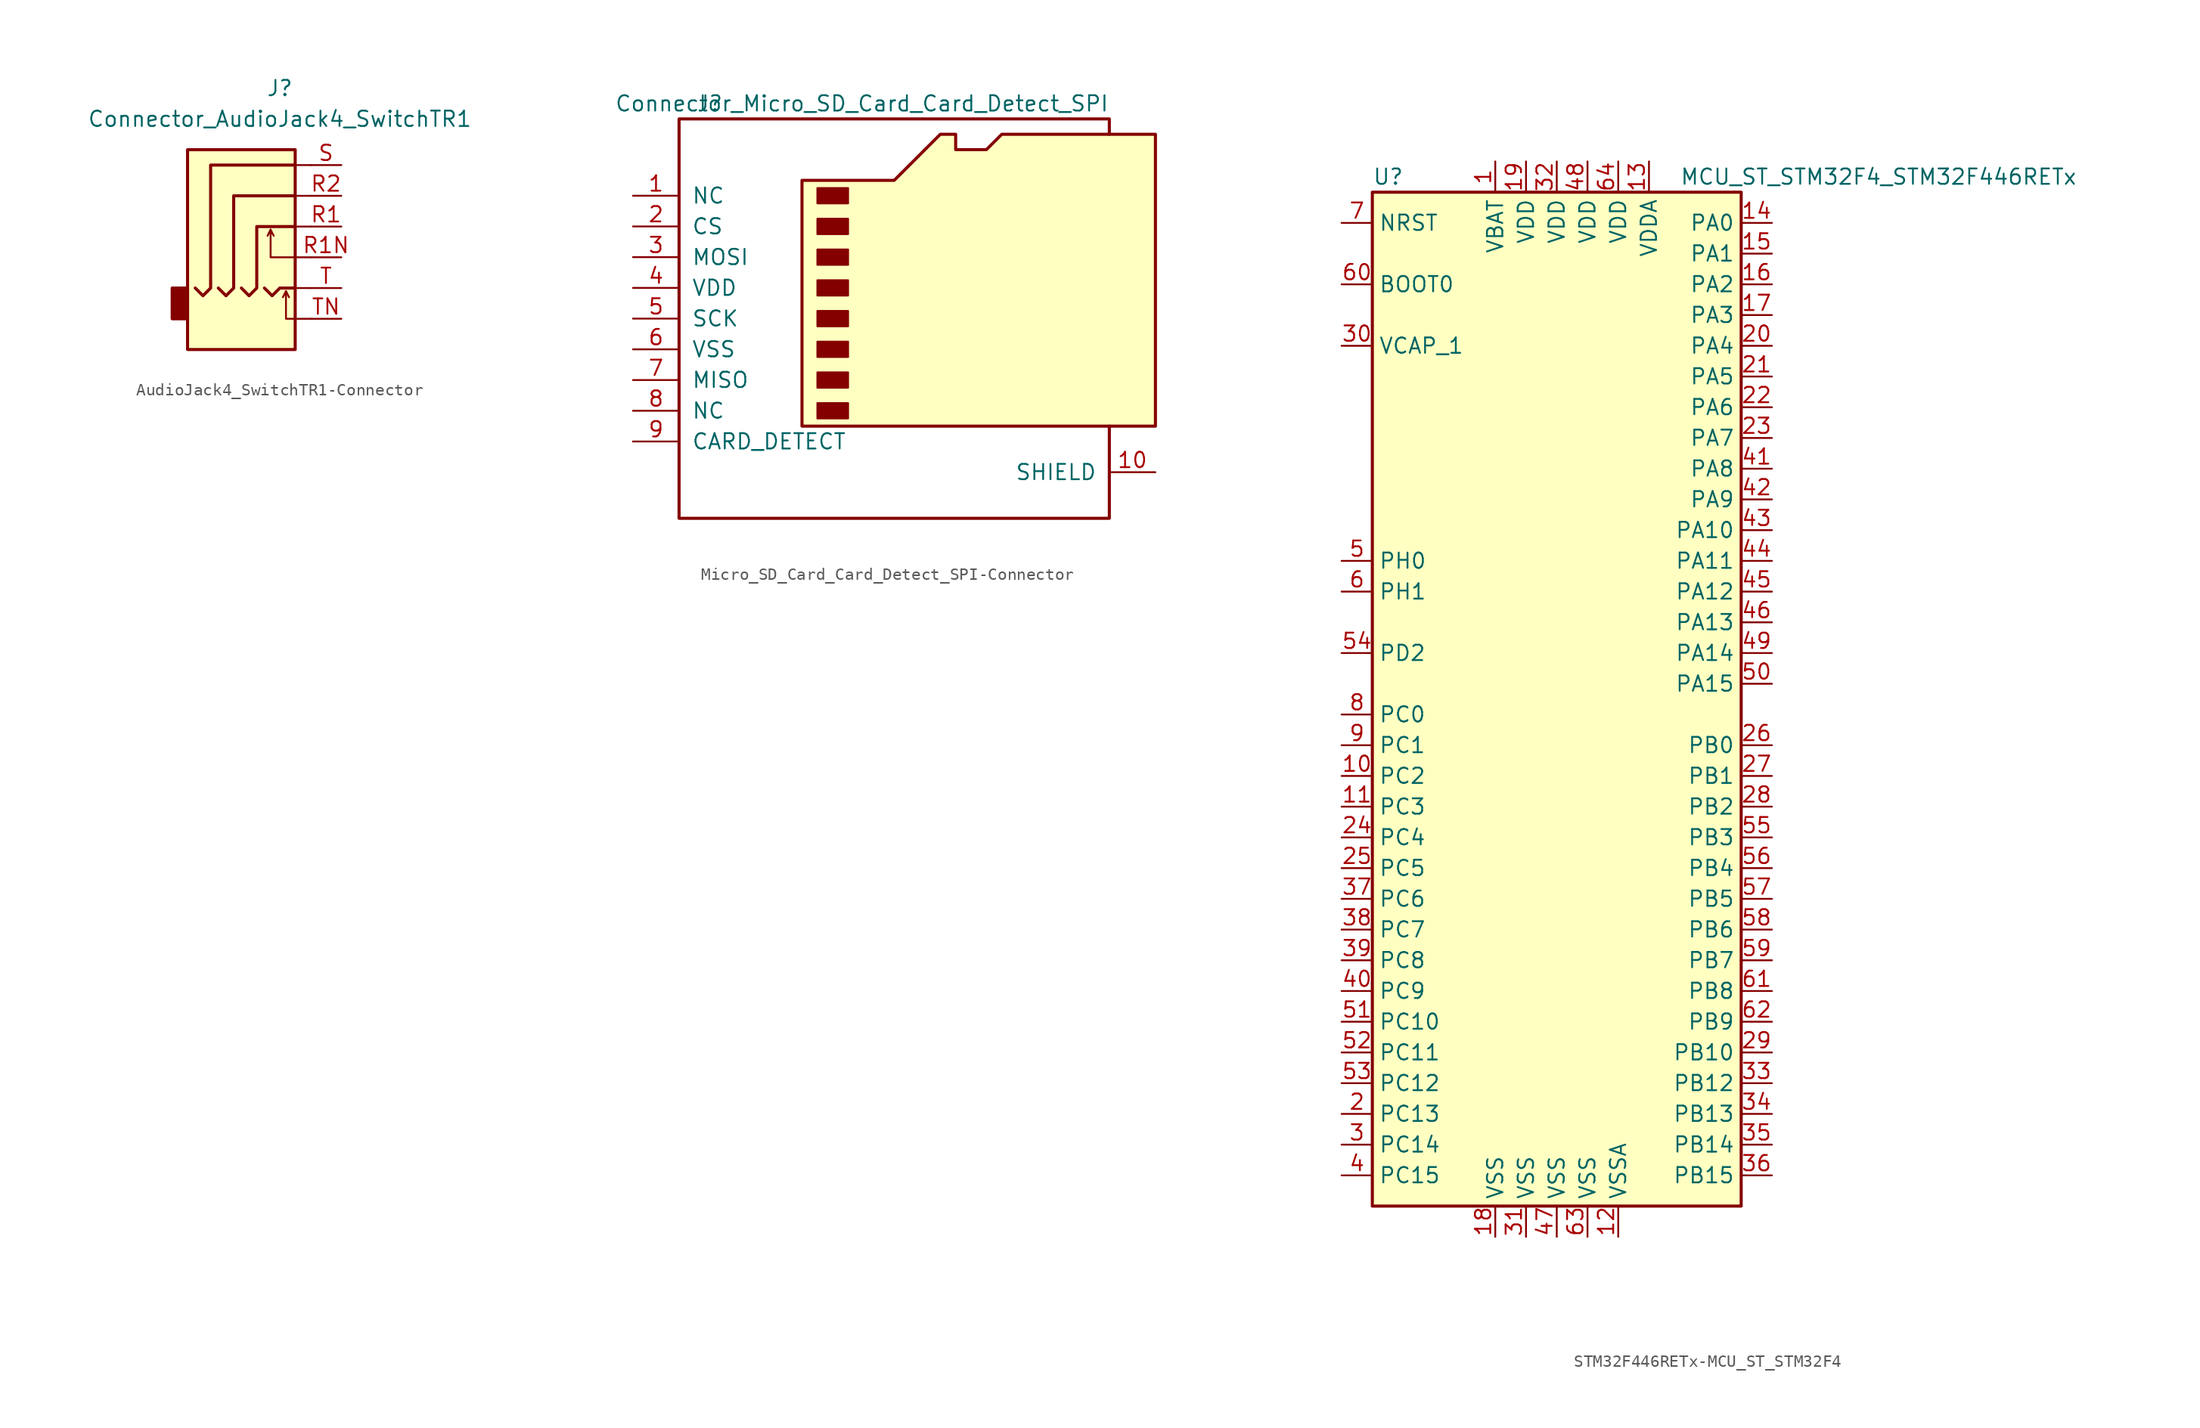
<source format=kicad_sym>
(kicad_symbol_lib
  (version 20231120)
  (generator "kicad_symbol_editor")
  (generator_version "8.0")
  (symbol "AudioJack4_SwitchTR1-Connector"
    (property "Reference" "J"
      (at 0 11.43 0)
      (effects (font (size 1.27 1.27))))
    (property "Value" "Connector_AudioJack4_SwitchTR1"
      (at 0 8.89 0)
      (effects (font (size 1.27 1.27))))
    (symbol "AudioJack4_SwitchTR1-Connector_0_1"
      (rectangle (start -7.62 -5.08) (end -8.89 -7.62) (stroke (width 0.254) (type solid)) (fill (type outline)))
      (polyline (pts (xy 1.27 -5.08) (xy 2.54 -5.08)) (stroke (width 0) (type solid)) (fill (type none)))
      (polyline (pts (xy 1.27 2.54) (xy 2.54 2.54)) (stroke (width 0) (type solid)) (fill (type none)))
      (polyline (pts (xy 2.54 0) (xy 1.27 0)) (stroke (width 0) (type solid)) (fill (type none)))
      (polyline (pts (xy 2.54 5.08) (xy 1.27 5.08)) (stroke (width 0) (type solid)) (fill (type none)))
      (rectangle (start 1.27 6.35) (end -7.62 -10.16) (stroke (width 0.254) (type solid)) (fill (type background))))
    (symbol "AudioJack4_SwitchTR1-Connector_1_1"
      (polyline (pts (xy -0.762 -0.254) (xy -0.508 -0.762)) (stroke (width 0) (type solid)) (fill (type none)))
      (polyline (pts (xy 0.508 -5.334) (xy 0.762 -5.842)) (stroke (width 0) (type solid)) (fill (type none)))
      (polyline (pts (xy -1.27 -5.08) (xy -0.635 -5.715) (xy 0 -5.08) (xy 1.27 -5.08)) (stroke (width 0.254) (type solid)) (fill (type none)))
      (polyline (pts (xy 2.54 -7.62) (xy 0.508 -7.62) (xy 0.508 -5.334) (xy 0.254 -5.842)) (stroke (width 0) (type solid)) (fill (type none)))
      (polyline (pts (xy 2.54 -2.54) (xy -0.762 -2.54) (xy -0.762 -0.254) (xy -1.016 -0.762)) (stroke (width 0) (type solid)) (fill (type none)))
      (polyline (pts (xy -3.175 -5.08) (xy -2.54 -5.715) (xy -1.905 -5.08) (xy -1.905 0) (xy 1.27 0)) (stroke (width 0.254) (type solid)) (fill (type none)))
      (polyline (pts (xy 1.27 2.54) (xy -3.81 2.54) (xy -3.81 -5.08) (xy -4.445 -5.715) (xy -5.08 -5.08)) (stroke (width 0.254) (type solid)) (fill (type none)))
      (polyline (pts (xy 1.27 5.08) (xy -5.715 5.08) (xy -5.715 -5.08) (xy -6.35 -5.715) (xy -6.985 -5.08)) (stroke (width 0.254) (type solid)) (fill (type none)))
      (pin passive line (at 5.08 0 180) (length 2.54) (name "~" (effects (font (size 1.27 1.27)))) (number "R1" (effects (font (size 1.27 1.27)))))
      (pin passive line (at 5.08 -2.54 180) (length 2.54) (name "~" (effects (font (size 1.27 1.27)))) (number "R1N" (effects (font (size 1.27 1.27)))))
      (pin passive line (at 5.08 2.54 180) (length 2.54) (name "~" (effects (font (size 1.27 1.27)))) (number "R2" (effects (font (size 1.27 1.27)))))
      (pin passive line (at 5.08 5.08 180) (length 2.54) (name "~" (effects (font (size 1.27 1.27)))) (number "S" (effects (font (size 1.27 1.27)))))
      (pin passive line (at 5.08 -5.08 180) (length 2.54) (name "~" (effects (font (size 1.27 1.27)))) (number "T" (effects (font (size 1.27 1.27)))))
      (pin passive line (at 5.08 -7.62 180) (length 2.54) (name "~" (effects (font (size 1.27 1.27)))) (number "TN" (effects (font (size 1.27 1.27)))))))
  (symbol "Micro_SD_Card_Card_Detect_SPI-Connector"
    (pin_names
      (offset 1.016))
    (property "Reference" "J"
      (at -16.51 17.78 0)
      (effects (font (size 1.27 1.27))))
    (property "Value" "Connector_Micro_SD_Card_Card_Detect_SPI"
      (at 16.51 17.78 0)
      (effects (font (size 1.27 1.27)) (justify right)))
    (symbol "Micro_SD_Card_Card_Detect_SPI-Connector_0_1"
      (rectangle (start -7.62 -6.985) (end -5.08 -8.255) (stroke (width 0) (type solid)) (fill (type outline)))
      (rectangle (start -7.62 -4.445) (end -5.08 -5.715) (stroke (width 0) (type solid)) (fill (type outline)))
      (rectangle (start -7.62 -1.905) (end -5.08 -3.175) (stroke (width 0) (type solid)) (fill (type outline)))
      (rectangle (start -7.62 0.635) (end -5.08 -0.635) (stroke (width 0) (type solid)) (fill (type outline)))
      (rectangle (start -7.62 3.175) (end -5.08 1.905) (stroke (width 0) (type solid)) (fill (type outline)))
      (rectangle (start -7.62 5.715) (end -5.08 4.445) (stroke (width 0) (type solid)) (fill (type outline)))
      (rectangle (start -7.62 8.255) (end -5.08 6.985) (stroke (width 0) (type solid)) (fill (type outline)))
      (rectangle (start -7.62 10.795) (end -5.08 9.525) (stroke (width 0) (type solid)) (fill (type outline)))
      (polyline (pts (xy 16.51 15.24) (xy 16.51 16.51) (xy -19.05 16.51) (xy -19.05 -16.51) (xy 16.51 -16.51) (xy 16.51 -8.89)) (stroke (width 0.254) (type solid)) (fill (type none)))
      (polyline (pts (xy -8.89 -8.89) (xy -8.89 11.43) (xy -1.27 11.43) (xy 2.54 15.24) (xy 3.81 15.24) (xy 3.81 13.97) (xy 6.35 13.97) (xy 7.62 15.24) (xy 20.32 15.24) (xy 20.32 -8.89) (xy -8.89 -8.89)) (stroke (width 0.254) (type solid)) (fill (type background))))
    (symbol "Micro_SD_Card_Card_Detect_SPI-Connector_1_1"
      (pin bidirectional line (at -22.86 10.16 0) (length 3.81) (name "NC" (effects (font (size 1.27 1.27)))) (number "1" (effects (font (size 1.27 1.27)))))
      (pin passive line (at 20.32 -12.7 180) (length 3.81) (name "SHIELD" (effects (font (size 1.27 1.27)))) (number "10" (effects (font (size 1.27 1.27)))))
      (pin bidirectional line (at -22.86 7.62 0) (length 3.81) (name "CS" (effects (font (size 1.27 1.27)))) (number "2" (effects (font (size 1.27 1.27)))))
      (pin input line (at -22.86 5.08 0) (length 3.81) (name "MOSI" (effects (font (size 1.27 1.27)))) (number "3" (effects (font (size 1.27 1.27)))))
      (pin power_in line (at -22.86 2.54 0) (length 3.81) (name "VDD" (effects (font (size 1.27 1.27)))) (number "4" (effects (font (size 1.27 1.27)))))
      (pin input line (at -22.86 0 0) (length 3.81) (name "SCK" (effects (font (size 1.27 1.27)))) (number "5" (effects (font (size 1.27 1.27)))))
      (pin power_in line (at -22.86 -2.54 0) (length 3.81) (name "VSS" (effects (font (size 1.27 1.27)))) (number "6" (effects (font (size 1.27 1.27)))))
      (pin bidirectional line (at -22.86 -5.08 0) (length 3.81) (name "MISO" (effects (font (size 1.27 1.27)))) (number "7" (effects (font (size 1.27 1.27)))))
      (pin bidirectional line (at -22.86 -7.62 0) (length 3.81) (name "NC" (effects (font (size 1.27 1.27)))) (number "8" (effects (font (size 1.27 1.27)))))
      (pin passive line (at -22.86 -10.16 0) (length 3.81) (name "CARD_DETECT" (effects (font (size 1.27 1.27)))) (number "9" (effects (font (size 1.27 1.27)))))))
  (symbol "STM32F446RETx-MCU_ST_STM32F4"
    (property "Reference" "U"
      (at -15.24 41.91 0)
      (effects (font (size 1.27 1.27)) (justify left)))
    (property "Value" "MCU_ST_STM32F4_STM32F446RETx"
      (at 10.16 41.91 0)
      (effects (font (size 1.27 1.27)) (justify left)))
    (symbol "STM32F446RETx-MCU_ST_STM32F4_0_1"
      (rectangle (start -15.24 -43.18) (end 15.24 40.64) (stroke (width 0.254) (type solid)) (fill (type background))))
    (symbol "STM32F446RETx-MCU_ST_STM32F4_1_1"
      (pin power_in line (at -5.08 43.18 270) (length 2.54) (name "VBAT" (effects (font (size 1.27 1.27)))) (number "1" (effects (font (size 1.27 1.27)))))
      (pin bidirectional line (at -17.78 -7.62 0) (length 2.54) (name "PC2" (effects (font (size 1.27 1.27)))) (number "10" (effects (font (size 1.27 1.27)))))
      (pin bidirectional line (at -17.78 -10.16 0) (length 2.54) (name "PC3" (effects (font (size 1.27 1.27)))) (number "11" (effects (font (size 1.27 1.27)))))
      (pin power_in line (at 5.08 -45.72 90) (length 2.54) (name "VSSA" (effects (font (size 1.27 1.27)))) (number "12" (effects (font (size 1.27 1.27)))))
      (pin power_in line (at 7.62 43.18 270) (length 2.54) (name "VDDA" (effects (font (size 1.27 1.27)))) (number "13" (effects (font (size 1.27 1.27)))))
      (pin bidirectional line (at 17.78 38.1 180) (length 2.54) (name "PA0" (effects (font (size 1.27 1.27)))) (number "14" (effects (font (size 1.27 1.27)))))
      (pin bidirectional line (at 17.78 35.56 180) (length 2.54) (name "PA1" (effects (font (size 1.27 1.27)))) (number "15" (effects (font (size 1.27 1.27)))))
      (pin bidirectional line (at 17.78 33.02 180) (length 2.54) (name "PA2" (effects (font (size 1.27 1.27)))) (number "16" (effects (font (size 1.27 1.27)))))
      (pin bidirectional line (at 17.78 30.48 180) (length 2.54) (name "PA3" (effects (font (size 1.27 1.27)))) (number "17" (effects (font (size 1.27 1.27)))))
      (pin power_in line (at -5.08 -45.72 90) (length 2.54) (name "VSS" (effects (font (size 1.27 1.27)))) (number "18" (effects (font (size 1.27 1.27)))))
      (pin power_in line (at -2.54 43.18 270) (length 2.54) (name "VDD" (effects (font (size 1.27 1.27)))) (number "19" (effects (font (size 1.27 1.27)))))
      (pin bidirectional line (at -17.78 -35.56 0) (length 2.54) (name "PC13" (effects (font (size 1.27 1.27)))) (number "2" (effects (font (size 1.27 1.27)))))
      (pin bidirectional line (at 17.78 27.94 180) (length 2.54) (name "PA4" (effects (font (size 1.27 1.27)))) (number "20" (effects (font (size 1.27 1.27)))))
      (pin bidirectional line (at 17.78 25.4 180) (length 2.54) (name "PA5" (effects (font (size 1.27 1.27)))) (number "21" (effects (font (size 1.27 1.27)))))
      (pin bidirectional line (at 17.78 22.86 180) (length 2.54) (name "PA6" (effects (font (size 1.27 1.27)))) (number "22" (effects (font (size 1.27 1.27)))))
      (pin bidirectional line (at 17.78 20.32 180) (length 2.54) (name "PA7" (effects (font (size 1.27 1.27)))) (number "23" (effects (font (size 1.27 1.27)))))
      (pin bidirectional line (at -17.78 -12.7 0) (length 2.54) (name "PC4" (effects (font (size 1.27 1.27)))) (number "24" (effects (font (size 1.27 1.27)))))
      (pin bidirectional line (at -17.78 -15.24 0) (length 2.54) (name "PC5" (effects (font (size 1.27 1.27)))) (number "25" (effects (font (size 1.27 1.27)))))
      (pin bidirectional line (at 17.78 -5.08 180) (length 2.54) (name "PB0" (effects (font (size 1.27 1.27)))) (number "26" (effects (font (size 1.27 1.27)))))
      (pin bidirectional line (at 17.78 -7.62 180) (length 2.54) (name "PB1" (effects (font (size 1.27 1.27)))) (number "27" (effects (font (size 1.27 1.27)))))
      (pin bidirectional line (at 17.78 -10.16 180) (length 2.54) (name "PB2" (effects (font (size 1.27 1.27)))) (number "28" (effects (font (size 1.27 1.27)))))
      (pin bidirectional line (at 17.78 -30.48 180) (length 2.54) (name "PB10" (effects (font (size 1.27 1.27)))) (number "29" (effects (font (size 1.27 1.27)))))
      (pin bidirectional line (at -17.78 -38.1 0) (length 2.54) (name "PC14" (effects (font (size 1.27 1.27)))) (number "3" (effects (font (size 1.27 1.27)))))
      (pin power_in line (at -17.78 27.94 0) (length 2.54) (name "VCAP_1" (effects (font (size 1.27 1.27)))) (number "30" (effects (font (size 1.27 1.27)))))
      (pin power_in line (at -2.54 -45.72 90) (length 2.54) (name "VSS" (effects (font (size 1.27 1.27)))) (number "31" (effects (font (size 1.27 1.27)))))
      (pin power_in line (at 0 43.18 270) (length 2.54) (name "VDD" (effects (font (size 1.27 1.27)))) (number "32" (effects (font (size 1.27 1.27)))))
      (pin bidirectional line (at 17.78 -33.02 180) (length 2.54) (name "PB12" (effects (font (size 1.27 1.27)))) (number "33" (effects (font (size 1.27 1.27)))))
      (pin bidirectional line (at 17.78 -35.56 180) (length 2.54) (name "PB13" (effects (font (size 1.27 1.27)))) (number "34" (effects (font (size 1.27 1.27)))))
      (pin bidirectional line (at 17.78 -38.1 180) (length 2.54) (name "PB14" (effects (font (size 1.27 1.27)))) (number "35" (effects (font (size 1.27 1.27)))))
      (pin bidirectional line (at 17.78 -40.64 180) (length 2.54) (name "PB15" (effects (font (size 1.27 1.27)))) (number "36" (effects (font (size 1.27 1.27)))))
      (pin bidirectional line (at -17.78 -17.78 0) (length 2.54) (name "PC6" (effects (font (size 1.27 1.27)))) (number "37" (effects (font (size 1.27 1.27)))))
      (pin bidirectional line (at -17.78 -20.32 0) (length 2.54) (name "PC7" (effects (font (size 1.27 1.27)))) (number "38" (effects (font (size 1.27 1.27)))))
      (pin bidirectional line (at -17.78 -22.86 0) (length 2.54) (name "PC8" (effects (font (size 1.27 1.27)))) (number "39" (effects (font (size 1.27 1.27)))))
      (pin bidirectional line (at -17.78 -40.64 0) (length 2.54) (name "PC15" (effects (font (size 1.27 1.27)))) (number "4" (effects (font (size 1.27 1.27)))))
      (pin bidirectional line (at -17.78 -25.4 0) (length 2.54) (name "PC9" (effects (font (size 1.27 1.27)))) (number "40" (effects (font (size 1.27 1.27)))))
      (pin bidirectional line (at 17.78 17.78 180) (length 2.54) (name "PA8" (effects (font (size 1.27 1.27)))) (number "41" (effects (font (size 1.27 1.27)))))
      (pin bidirectional line (at 17.78 15.24 180) (length 2.54) (name "PA9" (effects (font (size 1.27 1.27)))) (number "42" (effects (font (size 1.27 1.27)))))
      (pin bidirectional line (at 17.78 12.7 180) (length 2.54) (name "PA10" (effects (font (size 1.27 1.27)))) (number "43" (effects (font (size 1.27 1.27)))))
      (pin bidirectional line (at 17.78 10.16 180) (length 2.54) (name "PA11" (effects (font (size 1.27 1.27)))) (number "44" (effects (font (size 1.27 1.27)))))
      (pin bidirectional line (at 17.78 7.62 180) (length 2.54) (name "PA12" (effects (font (size 1.27 1.27)))) (number "45" (effects (font (size 1.27 1.27)))))
      (pin bidirectional line (at 17.78 5.08 180) (length 2.54) (name "PA13" (effects (font (size 1.27 1.27)))) (number "46" (effects (font (size 1.27 1.27)))))
      (pin power_in line (at 0 -45.72 90) (length 2.54) (name "VSS" (effects (font (size 1.27 1.27)))) (number "47" (effects (font (size 1.27 1.27)))))
      (pin power_in line (at 2.54 43.18 270) (length 2.54) (name "VDD" (effects (font (size 1.27 1.27)))) (number "48" (effects (font (size 1.27 1.27)))))
      (pin bidirectional line (at 17.78 2.54 180) (length 2.54) (name "PA14" (effects (font (size 1.27 1.27)))) (number "49" (effects (font (size 1.27 1.27)))))
      (pin input line (at -17.78 10.16 0) (length 2.54) (name "PH0" (effects (font (size 1.27 1.27)))) (number "5" (effects (font (size 1.27 1.27)))))
      (pin bidirectional line (at 17.78 0 180) (length 2.54) (name "PA15" (effects (font (size 1.27 1.27)))) (number "50" (effects (font (size 1.27 1.27)))))
      (pin bidirectional line (at -17.78 -27.94 0) (length 2.54) (name "PC10" (effects (font (size 1.27 1.27)))) (number "51" (effects (font (size 1.27 1.27)))))
      (pin bidirectional line (at -17.78 -30.48 0) (length 2.54) (name "PC11" (effects (font (size 1.27 1.27)))) (number "52" (effects (font (size 1.27 1.27)))))
      (pin bidirectional line (at -17.78 -33.02 0) (length 2.54) (name "PC12" (effects (font (size 1.27 1.27)))) (number "53" (effects (font (size 1.27 1.27)))))
      (pin bidirectional line (at -17.78 2.54 0) (length 2.54) (name "PD2" (effects (font (size 1.27 1.27)))) (number "54" (effects (font (size 1.27 1.27)))))
      (pin bidirectional line (at 17.78 -12.7 180) (length 2.54) (name "PB3" (effects (font (size 1.27 1.27)))) (number "55" (effects (font (size 1.27 1.27)))))
      (pin bidirectional line (at 17.78 -15.24 180) (length 2.54) (name "PB4" (effects (font (size 1.27 1.27)))) (number "56" (effects (font (size 1.27 1.27)))))
      (pin bidirectional line (at 17.78 -17.78 180) (length 2.54) (name "PB5" (effects (font (size 1.27 1.27)))) (number "57" (effects (font (size 1.27 1.27)))))
      (pin bidirectional line (at 17.78 -20.32 180) (length 2.54) (name "PB6" (effects (font (size 1.27 1.27)))) (number "58" (effects (font (size 1.27 1.27)))))
      (pin bidirectional line (at 17.78 -22.86 180) (length 2.54) (name "PB7" (effects (font (size 1.27 1.27)))) (number "59" (effects (font (size 1.27 1.27)))))
      (pin input line (at -17.78 7.62 0) (length 2.54) (name "PH1" (effects (font (size 1.27 1.27)))) (number "6" (effects (font (size 1.27 1.27)))))
      (pin input line (at -17.78 33.02 0) (length 2.54) (name "BOOT0" (effects (font (size 1.27 1.27)))) (number "60" (effects (font (size 1.27 1.27)))))
      (pin bidirectional line (at 17.78 -25.4 180) (length 2.54) (name "PB8" (effects (font (size 1.27 1.27)))) (number "61" (effects (font (size 1.27 1.27)))))
      (pin bidirectional line (at 17.78 -27.94 180) (length 2.54) (name "PB9" (effects (font (size 1.27 1.27)))) (number "62" (effects (font (size 1.27 1.27)))))
      (pin power_in line (at 2.54 -45.72 90) (length 2.54) (name "VSS" (effects (font (size 1.27 1.27)))) (number "63" (effects (font (size 1.27 1.27)))))
      (pin power_in line (at 5.08 43.18 270) (length 2.54) (name "VDD" (effects (font (size 1.27 1.27)))) (number "64" (effects (font (size 1.27 1.27)))))
      (pin input line (at -17.78 38.1 0) (length 2.54) (name "NRST" (effects (font (size 1.27 1.27)))) (number "7" (effects (font (size 1.27 1.27)))))
      (pin bidirectional line (at -17.78 -2.54 0) (length 2.54) (name "PC0" (effects (font (size 1.27 1.27)))) (number "8" (effects (font (size 1.27 1.27)))))
      (pin bidirectional line (at -17.78 -5.08 0) (length 2.54) (name "PC1" (effects (font (size 1.27 1.27)))) (number "9" (effects (font (size 1.27 1.27))))))))
</source>
